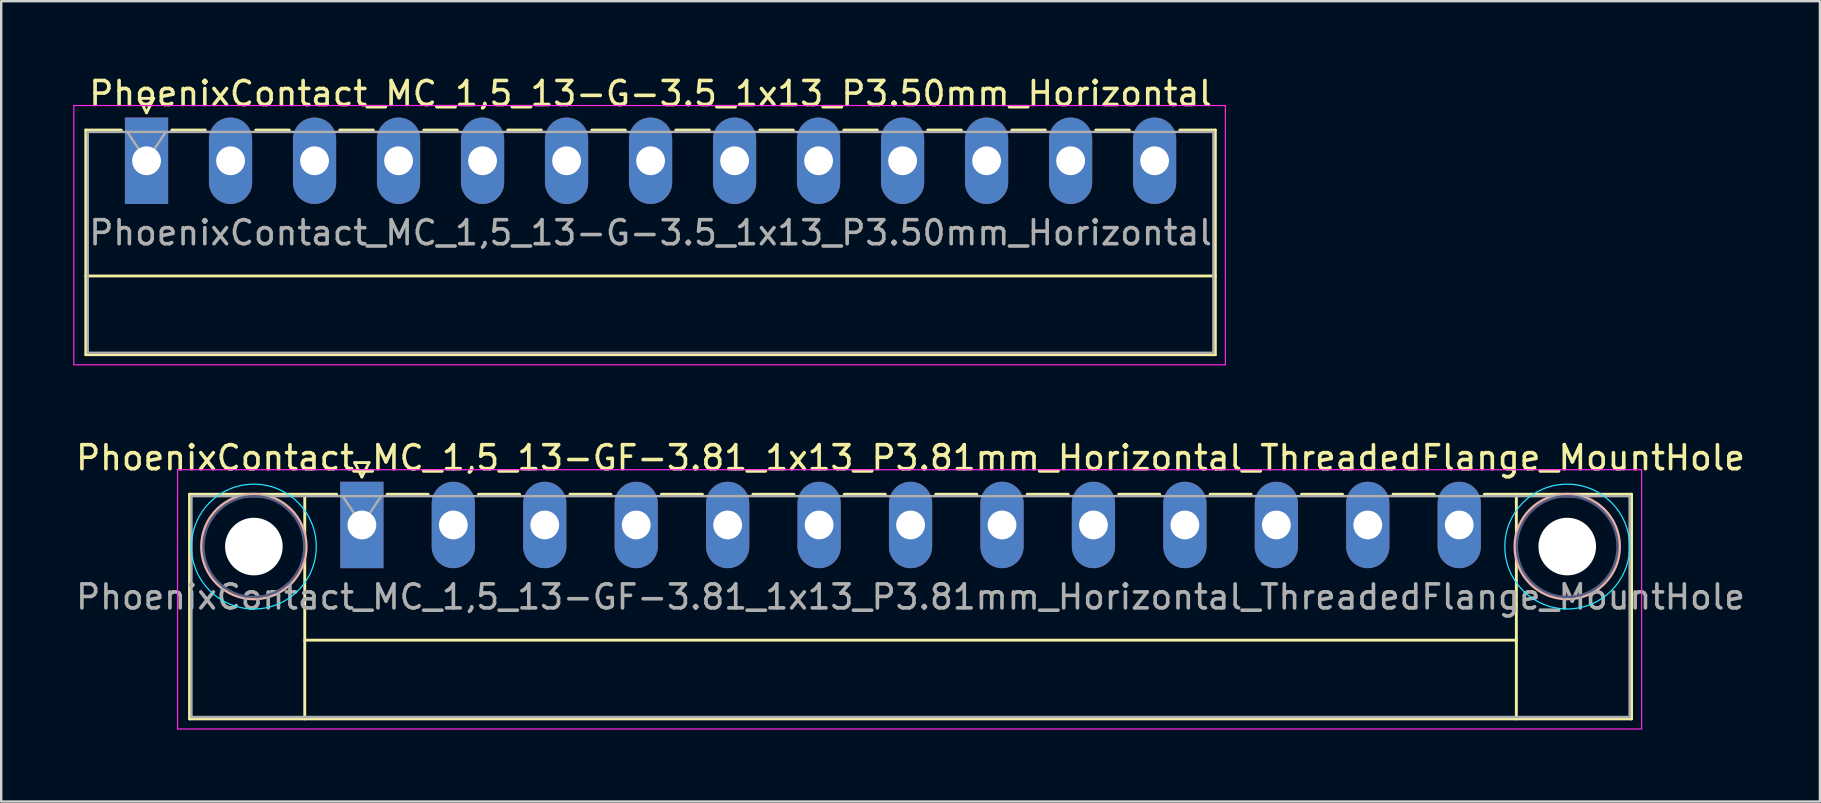
<source format=kicad_pcb>
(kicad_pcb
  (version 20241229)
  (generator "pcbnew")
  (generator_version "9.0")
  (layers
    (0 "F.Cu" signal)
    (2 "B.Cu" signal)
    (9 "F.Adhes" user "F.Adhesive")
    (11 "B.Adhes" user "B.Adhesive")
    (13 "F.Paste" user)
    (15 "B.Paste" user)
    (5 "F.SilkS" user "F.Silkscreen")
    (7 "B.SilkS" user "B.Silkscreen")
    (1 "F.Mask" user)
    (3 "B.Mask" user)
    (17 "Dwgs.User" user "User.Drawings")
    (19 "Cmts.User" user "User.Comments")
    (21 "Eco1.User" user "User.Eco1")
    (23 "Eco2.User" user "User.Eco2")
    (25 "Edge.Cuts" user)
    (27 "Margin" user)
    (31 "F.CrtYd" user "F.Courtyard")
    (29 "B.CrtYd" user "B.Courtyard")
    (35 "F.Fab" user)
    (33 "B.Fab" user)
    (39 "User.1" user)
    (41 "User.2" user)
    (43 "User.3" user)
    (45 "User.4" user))
  (footprint "PhoenixContact_MC_1,5_13-GF-3.81_1x13_P3.81mm_Horizontal_ThreadedFlange_MountHole"
    (layer "F.Cu")
    (at 12.027 18.822)
    (property "Reference" "PhoenixContact_MC_1,5_13-GF-3.81_1x13_P3.81mm_Horizontal_ThreadedFlange_MountHole" (at 22.86 -2.8 0) (layer "F.SilkS") (effects (font (size 1 1) (thickness 0.15))))
    (attr through_hole)
    (fp_line (start -7.18 -1.28) (end -7.18 8.08) (stroke (width 0.12) (type solid)) (layer "F.SilkS"))
    (fp_line (start -7.18 -1.28) (end -1.05 -1.28) (stroke (width 0.12) (type solid)) (layer "F.SilkS"))
    (fp_line (start -7.18 8.08) (end 52.9 8.08) (stroke (width 0.12) (type solid)) (layer "F.SilkS"))
    (fp_line (start -2.38 -1.28) (end -2.38 8.08) (stroke (width 0.12) (type solid)) (layer "F.SilkS"))
    (fp_line (start -2.38 4.8) (end 48.1 4.8) (stroke (width 0.12) (type solid)) (layer "F.SilkS"))
    (fp_line (start -0.3 -2.6) (end 0.3 -2.6) (stroke (width 0.12) (type solid)) (layer "F.SilkS"))
    (fp_line (start 0 -2) (end -0.3 -2.6) (stroke (width 0.12) (type solid)) (layer "F.SilkS"))
    (fp_line (start 0.3 -2.6) (end 0 -2) (stroke (width 0.12) (type solid)) (layer "F.SilkS"))
    (fp_line (start 1.05 -1.28) (end 2.76 -1.28) (stroke (width 0.12) (type solid)) (layer "F.SilkS"))
    (fp_line (start 4.86 -1.28) (end 6.57 -1.28) (stroke (width 0.12) (type solid)) (layer "F.SilkS"))
    (fp_line (start 8.67 -1.28) (end 10.38 -1.28) (stroke (width 0.12) (type solid)) (layer "F.SilkS"))
    (fp_line (start 12.48 -1.28) (end 14.19 -1.28) (stroke (width 0.12) (type solid)) (layer "F.SilkS"))
    (fp_line (start 16.29 -1.28) (end 18 -1.28) (stroke (width 0.12) (type solid)) (layer "F.SilkS"))
    (fp_line (start 20.1 -1.28) (end 21.81 -1.28) (stroke (width 0.12) (type solid)) (layer "F.SilkS"))
    (fp_line (start 23.91 -1.28) (end 25.62 -1.28) (stroke (width 0.12) (type solid)) (layer "F.SilkS"))
    (fp_line (start 27.72 -1.28) (end 29.43 -1.28) (stroke (width 0.12) (type solid)) (layer "F.SilkS"))
    (fp_line (start 31.53 -1.28) (end 33.24 -1.28) (stroke (width 0.12) (type solid)) (layer "F.SilkS"))
    (fp_line (start 35.34 -1.28) (end 37.05 -1.28) (stroke (width 0.12) (type solid)) (layer "F.SilkS"))
    (fp_line (start 39.15 -1.28) (end 40.86 -1.28) (stroke (width 0.12) (type solid)) (layer "F.SilkS"))
    (fp_line (start 42.96 -1.28) (end 44.67 -1.28) (stroke (width 0.12) (type solid)) (layer "F.SilkS"))
    (fp_line (start 48.1 -1.28) (end 48.1 8.08) (stroke (width 0.12) (type solid)) (layer "F.SilkS"))
    (fp_line (start 52.9 -1.28) (end 46.77 -1.28) (stroke (width 0.12) (type solid)) (layer "F.SilkS"))
    (fp_line (start 52.9 8.08) (end 52.9 -1.28) (stroke (width 0.12) (type solid)) (layer "F.SilkS"))
    (fp_circle (center -4.5 0.9) (end -2.32 0.9) (stroke (width 0.12) (type solid)) (fill no) (layer "B.SilkS"))
    (fp_circle (center 50.22 0.9) (end 52.4 0.9) (stroke (width 0.12) (type solid)) (fill no) (layer "B.SilkS"))
    (fp_circle (center -4.5 0.9) (end -1.9 0.9) (stroke (width 0.05) (type solid)) (fill no) (layer "B.CrtYd"))
    (fp_circle (center 50.22 0.9) (end 52.82 0.9) (stroke (width 0.05) (type solid)) (fill no) (layer "B.CrtYd"))
    (fp_line (start -7.68 -2.3) (end -7.68 8.5) (stroke (width 0.05) (type solid)) (layer "F.CrtYd"))
    (fp_line (start -7.68 8.5) (end 53.32 8.5) (stroke (width 0.05) (type solid)) (layer "F.CrtYd"))
    (fp_line (start 53.32 -2.3) (end -7.68 -2.3) (stroke (width 0.05) (type solid)) (layer "F.CrtYd"))
    (fp_line (start 53.32 8.5) (end 53.32 -2.3) (stroke (width 0.05) (type solid)) (layer "F.CrtYd"))
    (fp_circle (center -4.5 0.9) (end -2.4 0.9) (stroke (width 0.1) (type solid)) (fill no) (layer "B.Fab"))
    (fp_circle (center 50.22 0.9) (end 52.32 0.9) (stroke (width 0.1) (type solid)) (fill no) (layer "B.Fab"))
    (fp_line (start -7.1 -1.2) (end -7.1 8) (stroke (width 0.1) (type solid)) (layer "F.Fab"))
    (fp_line (start -7.1 8) (end 52.82 8) (stroke (width 0.1) (type solid)) (layer "F.Fab"))
    (fp_line (start 0 0) (end -0.8 -1.2) (stroke (width 0.1) (type solid)) (layer "F.Fab"))
    (fp_line (start 0.8 -1.2) (end 0 0) (stroke (width 0.1) (type solid)) (layer "F.Fab"))
    (fp_line (start 52.82 -1.2) (end -7.1 -1.2) (stroke (width 0.1) (type solid)) (layer "F.Fab"))
    (fp_line (start 52.82 8) (end 52.82 -1.2) (stroke (width 0.1) (type solid)) (layer "F.Fab"))
    (fp_text user "${REFERENCE}" (at 22.86 3 0) (layer "F.Fab") (effects (font (size 1 1) (thickness 0.15))))
    (pad "" np_thru_hole circle (at -4.5 0.9) (size 2.4 2.4) (drill 2.4) (layers "*.Cu" "*.Mask"))
    (pad "" np_thru_hole circle (at 50.22 0.9) (size 2.4 2.4) (drill 2.4) (layers "*.Cu" "*.Mask"))
    (pad "1" thru_hole rect (at 0 0) (size 1.8 3.6) (drill 1.2) (layers "*.Cu" "*.Mask"))
    (pad "2" thru_hole oval (at 3.81 0) (size 1.8 3.6) (drill 1.2) (layers "*.Cu" "*.Mask"))
    (pad "3" thru_hole oval (at 7.62 0) (size 1.8 3.6) (drill 1.2) (layers "*.Cu" "*.Mask"))
    (pad "4" thru_hole oval (at 11.43 0) (size 1.8 3.6) (drill 1.2) (layers "*.Cu" "*.Mask"))
    (pad "5" thru_hole oval (at 15.24 0) (size 1.8 3.6) (drill 1.2) (layers "*.Cu" "*.Mask"))
    (pad "6" thru_hole oval (at 19.05 0) (size 1.8 3.6) (drill 1.2) (layers "*.Cu" "*.Mask"))
    (pad "7" thru_hole oval (at 22.86 0) (size 1.8 3.6) (drill 1.2) (layers "*.Cu" "*.Mask"))
    (pad "8" thru_hole oval (at 26.67 0) (size 1.8 3.6) (drill 1.2) (layers "*.Cu" "*.Mask"))
    (pad "9" thru_hole oval (at 30.48 0) (size 1.8 3.6) (drill 1.2) (layers "*.Cu" "*.Mask"))
    (pad "10" thru_hole oval (at 34.29 0) (size 1.8 3.6) (drill 1.2) (layers "*.Cu" "*.Mask"))
    (pad "11" thru_hole oval (at 38.1 0) (size 1.8 3.6) (drill 1.2) (layers "*.Cu" "*.Mask"))
    (pad "12" thru_hole oval (at 41.91 0) (size 1.8 3.6) (drill 1.2) (layers "*.Cu" "*.Mask"))
    (pad "13" thru_hole oval (at 45.72 0) (size 1.8 3.6) (drill 1.2) (layers "*.Cu" "*.Mask")))
  (footprint "PhoenixContact_MC_1,5_13-G-3.5_1x13_P3.50mm_Horizontal"
    (layer "F.Cu")
    (at 3.055 3.648)
    (property "Reference" "PhoenixContact_MC_1,5_13-G-3.5_1x13_P3.50mm_Horizontal" (at 21 -2.8 0) (layer "F.SilkS") (effects (font (size 1 1) (thickness 0.15))))
    (attr through_hole)
    (fp_line (start -2.53 -1.28) (end -2.53 8.08) (stroke (width 0.12) (type solid)) (layer "F.SilkS"))
    (fp_line (start -2.53 -1.28) (end -1.05 -1.28) (stroke (width 0.12) (type solid)) (layer "F.SilkS"))
    (fp_line (start -2.53 4.8) (end 44.53 4.8) (stroke (width 0.12) (type solid)) (layer "F.SilkS"))
    (fp_line (start -2.53 8.08) (end 44.53 8.08) (stroke (width 0.12) (type solid)) (layer "F.SilkS"))
    (fp_line (start -0.3 -2.6) (end 0.3 -2.6) (stroke (width 0.12) (type solid)) (layer "F.SilkS"))
    (fp_line (start 0 -2) (end -0.3 -2.6) (stroke (width 0.12) (type solid)) (layer "F.SilkS"))
    (fp_line (start 0.3 -2.6) (end 0 -2) (stroke (width 0.12) (type solid)) (layer "F.SilkS"))
    (fp_line (start 1.05 -1.28) (end 2.45 -1.28) (stroke (width 0.12) (type solid)) (layer "F.SilkS"))
    (fp_line (start 4.55 -1.28) (end 5.95 -1.28) (stroke (width 0.12) (type solid)) (layer "F.SilkS"))
    (fp_line (start 8.05 -1.28) (end 9.45 -1.28) (stroke (width 0.12) (type solid)) (layer "F.SilkS"))
    (fp_line (start 11.55 -1.28) (end 12.95 -1.28) (stroke (width 0.12) (type solid)) (layer "F.SilkS"))
    (fp_line (start 15.05 -1.28) (end 16.45 -1.28) (stroke (width 0.12) (type solid)) (layer "F.SilkS"))
    (fp_line (start 18.55 -1.28) (end 19.95 -1.28) (stroke (width 0.12) (type solid)) (layer "F.SilkS"))
    (fp_line (start 22.05 -1.28) (end 23.45 -1.28) (stroke (width 0.12) (type solid)) (layer "F.SilkS"))
    (fp_line (start 25.55 -1.28) (end 26.95 -1.28) (stroke (width 0.12) (type solid)) (layer "F.SilkS"))
    (fp_line (start 29.05 -1.28) (end 30.45 -1.28) (stroke (width 0.12) (type solid)) (layer "F.SilkS"))
    (fp_line (start 32.55 -1.28) (end 33.95 -1.28) (stroke (width 0.12) (type solid)) (layer "F.SilkS"))
    (fp_line (start 36.05 -1.28) (end 37.45 -1.28) (stroke (width 0.12) (type solid)) (layer "F.SilkS"))
    (fp_line (start 39.55 -1.28) (end 40.95 -1.28) (stroke (width 0.12) (type solid)) (layer "F.SilkS"))
    (fp_line (start 44.53 -1.28) (end 43.05 -1.28) (stroke (width 0.12) (type solid)) (layer "F.SilkS"))
    (fp_line (start 44.53 8.08) (end 44.53 -1.28) (stroke (width 0.12) (type solid)) (layer "F.SilkS"))
    (fp_line (start -3.03 -2.3) (end -3.03 8.5) (stroke (width 0.05) (type solid)) (layer "F.CrtYd"))
    (fp_line (start -3.03 8.5) (end 44.95 8.5) (stroke (width 0.05) (type solid)) (layer "F.CrtYd"))
    (fp_line (start 44.95 -2.3) (end -3.03 -2.3) (stroke (width 0.05) (type solid)) (layer "F.CrtYd"))
    (fp_line (start 44.95 8.5) (end 44.95 -2.3) (stroke (width 0.05) (type solid)) (layer "F.CrtYd"))
    (fp_line (start -2.45 -1.2) (end -2.45 8) (stroke (width 0.1) (type solid)) (layer "F.Fab"))
    (fp_line (start -2.45 8) (end 44.45 8) (stroke (width 0.1) (type solid)) (layer "F.Fab"))
    (fp_line (start 0 0) (end -0.8 -1.2) (stroke (width 0.1) (type solid)) (layer "F.Fab"))
    (fp_line (start 0.8 -1.2) (end 0 0) (stroke (width 0.1) (type solid)) (layer "F.Fab"))
    (fp_line (start 44.45 -1.2) (end -2.45 -1.2) (stroke (width 0.1) (type solid)) (layer "F.Fab"))
    (fp_line (start 44.45 8) (end 44.45 -1.2) (stroke (width 0.1) (type solid)) (layer "F.Fab"))
    (fp_text user "${REFERENCE}" (at 21 3 0) (layer "F.Fab") (effects (font (size 1 1) (thickness 0.15))))
    (pad "1" thru_hole rect (at 0 0) (size 1.8 3.6) (drill 1.2) (layers "*.Cu" "*.Mask"))
    (pad "2" thru_hole oval (at 3.5 0) (size 1.8 3.6) (drill 1.2) (layers "*.Cu" "*.Mask"))
    (pad "3" thru_hole oval (at 7 0) (size 1.8 3.6) (drill 1.2) (layers "*.Cu" "*.Mask"))
    (pad "4" thru_hole oval (at 10.5 0) (size 1.8 3.6) (drill 1.2) (layers "*.Cu" "*.Mask"))
    (pad "5" thru_hole oval (at 14 0) (size 1.8 3.6) (drill 1.2) (layers "*.Cu" "*.Mask"))
    (pad "6" thru_hole oval (at 17.5 0) (size 1.8 3.6) (drill 1.2) (layers "*.Cu" "*.Mask"))
    (pad "7" thru_hole oval (at 21 0) (size 1.8 3.6) (drill 1.2) (layers "*.Cu" "*.Mask"))
    (pad "8" thru_hole oval (at 24.5 0) (size 1.8 3.6) (drill 1.2) (layers "*.Cu" "*.Mask"))
    (pad "9" thru_hole oval (at 28 0) (size 1.8 3.6) (drill 1.2) (layers "*.Cu" "*.Mask"))
    (pad "10" thru_hole oval (at 31.5 0) (size 1.8 3.6) (drill 1.2) (layers "*.Cu" "*.Mask"))
    (pad "11" thru_hole oval (at 35 0) (size 1.8 3.6) (drill 1.2) (layers "*.Cu" "*.Mask"))
    (pad "12" thru_hole oval (at 38.5 0) (size 1.8 3.6) (drill 1.2) (layers "*.Cu" "*.Mask"))
    (pad "13" thru_hole oval (at 42 0) (size 1.8 3.6) (drill 1.2) (layers "*.Cu" "*.Mask")))
  (gr_rect
    (start -3 -3)
    (end 72.774 30.346)
    (stroke (width 0.1) (type default))
    (fill no)
    (layer "Edge.Cuts")))
</source>
